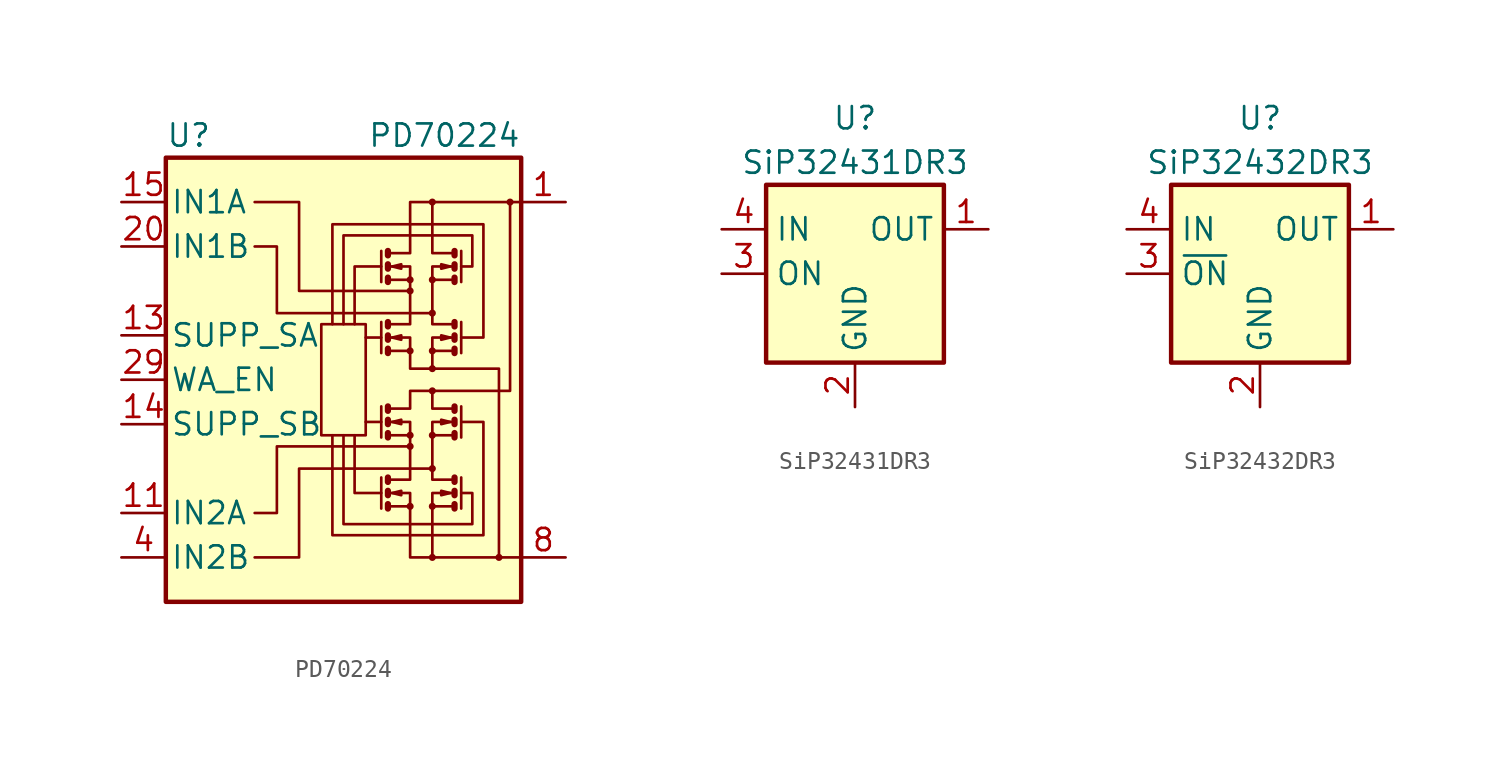
<source format=kicad_sym>
(kicad_symbol_lib
  (version 20201005)
  (generator kicad_symbol_editor)
  (symbol "PD70224"
    (pin_names
      (offset 0.254))
    (property "Reference" "U"
      (at -10.16 13.97 0)
      (effects (font (size 1.27 1.27)) (justify left)))
    (property "Value" "PD70224"
      (at 10.16 13.97 0)
      (effects (font (size 1.27 1.27)) (justify right)))
    (symbol "PD70224_0_1"
      (circle (center 3.81 -7.239) (radius 0.127) (stroke (width 0)) (fill (type none)))
      (circle (center 3.81 -3.81) (radius 0.127) (stroke (width 0)) (fill (type none)))
      (circle (center 3.81 -3.175) (radius 0.127) (stroke (width 0)) (fill (type none)))
      (circle (center 3.81 1.651) (radius 0.127) (stroke (width 0)) (fill (type none)))
      (circle (center 3.81 5.08) (radius 0.127) (stroke (width 0)) (fill (type none)))
      (circle (center 3.81 5.715) (radius 0.127) (stroke (width 0)) (fill (type none)))
      (circle (center 5.08 -10.16) (radius 0.127) (stroke (width 0)) (fill (type none)))
      (circle (center 5.08 -7.239) (radius 0.127) (stroke (width 0)) (fill (type none)))
      (circle (center 5.08 -5.08) (radius 0.127) (stroke (width 0)) (fill (type none)))
      (circle (center 5.08 -3.175) (radius 0.127) (stroke (width 0)) (fill (type none)))
      (circle (center 5.08 -0.635) (radius 0.127) (stroke (width 0)) (fill (type none)))
      (circle (center 5.08 0.635) (radius 0.127) (stroke (width 0)) (fill (type none)))
      (circle (center 5.08 1.651) (radius 0.127) (stroke (width 0)) (fill (type none)))
      (circle (center 5.08 3.81) (radius 0.127) (stroke (width 0)) (fill (type none)))
      (circle (center 5.08 5.715) (radius 0.127) (stroke (width 0)) (fill (type none)))
      (circle (center 5.08 10.16) (radius 0.127) (stroke (width 0)) (fill (type none)))
      (circle (center 8.89 -10.16) (radius 0.127) (stroke (width 0)) (fill (type none)))
      (circle (center 9.525 10.16) (radius 0.127) (stroke (width 0)) (fill (type none)))
      (rectangle (start -1.27 3.175) (end 1.27 -3.175) (stroke (width 0)) (fill (type none)))
      (rectangle (start -10.16 12.7) (end 10.16 -12.7) (stroke (width 0.254)) (fill (type background)))
      (polyline (pts (xy 2.159 -5.588) (xy 2.159 -7.366)) (stroke (width 0)) (fill (type none)))
      (polyline (pts (xy 2.159 -2.413) (xy 1.27 -2.413)) (stroke (width 0)) (fill (type none)))
      (polyline (pts (xy 2.159 -1.524) (xy 2.159 -3.302)) (stroke (width 0)) (fill (type none)))
      (polyline (pts (xy 2.159 2.413) (xy 1.27 2.413)) (stroke (width 0)) (fill (type none)))
      (polyline (pts (xy 2.159 3.302) (xy 2.159 1.524)) (stroke (width 0)) (fill (type none)))
      (polyline (pts (xy 2.159 7.366) (xy 2.159 5.588)) (stroke (width 0)) (fill (type none)))
      (polyline (pts (xy 2.54 -7.239) (xy 3.81 -7.239)) (stroke (width 0)) (fill (type none)))
      (polyline (pts (xy 2.54 -3.175) (xy 3.81 -3.175)) (stroke (width 0)) (fill (type none)))
      (polyline (pts (xy 2.54 1.651) (xy 3.81 1.651)) (stroke (width 0)) (fill (type none)))
      (polyline (pts (xy 2.54 5.715) (xy 3.81 5.715)) (stroke (width 0)) (fill (type none)))
      (polyline (pts (xy 6.35 -7.239) (xy 5.08 -7.239)) (stroke (width 0)) (fill (type none)))
      (polyline (pts (xy 6.35 -3.175) (xy 5.08 -3.175)) (stroke (width 0)) (fill (type none)))
      (polyline (pts (xy 6.35 1.651) (xy 5.08 1.651)) (stroke (width 0)) (fill (type none)))
      (polyline (pts (xy 6.35 5.715) (xy 5.08 5.715)) (stroke (width 0)) (fill (type none)))
      (polyline (pts (xy 6.731 -5.588) (xy 6.731 -7.366)) (stroke (width 0)) (fill (type none)))
      (polyline (pts (xy 6.731 -1.524) (xy 6.731 -3.302)) (stroke (width 0)) (fill (type none)))
      (polyline (pts (xy 6.731 3.302) (xy 6.731 1.524)) (stroke (width 0)) (fill (type none)))
      (polyline (pts (xy 6.731 7.366) (xy 6.731 5.588)) (stroke (width 0)) (fill (type none)))
      (polyline (pts (xy 2.159 -6.477) (xy 0.635 -6.477) (xy 0.635 -3.175)) (stroke (width 0)) (fill (type none)))
      (polyline (pts (xy 2.159 6.477) (xy 0.635 6.477) (xy 0.635 3.175)) (stroke (width 0)) (fill (type none)))
      (polyline (pts (xy 2.54 -7.112) (xy 2.54 -7.366) (xy 2.54 -7.366)) (stroke (width 0.356)) (fill (type none)))
      (polyline (pts (xy 2.54 -6.35) (xy 2.54 -6.604) (xy 2.54 -6.604)) (stroke (width 0.356)) (fill (type none)))
      (polyline (pts (xy 2.54 -3.048) (xy 2.54 -3.302) (xy 2.54 -3.302)) (stroke (width 0.356)) (fill (type none)))
      (polyline (pts (xy 2.54 -2.286) (xy 2.54 -2.54) (xy 2.54 -2.54)) (stroke (width 0.356)) (fill (type none)))
      (polyline (pts (xy 2.54 -1.524) (xy 2.54 -1.778) (xy 2.54 -1.778)) (stroke (width 0.356)) (fill (type none)))
      (polyline (pts (xy 2.54 1.778) (xy 2.54 1.524) (xy 2.54 1.524)) (stroke (width 0.356)) (fill (type none)))
      (polyline (pts (xy 2.54 2.54) (xy 2.54 2.286) (xy 2.54 2.286)) (stroke (width 0.356)) (fill (type none)))
      (polyline (pts (xy 2.54 5.842) (xy 2.54 5.588) (xy 2.54 5.588)) (stroke (width 0.356)) (fill (type none)))
      (polyline (pts (xy 2.54 6.604) (xy 2.54 6.35) (xy 2.54 6.35)) (stroke (width 0.356)) (fill (type none)))
      (polyline (pts (xy 2.54 7.366) (xy 2.54 7.112) (xy 2.54 7.112)) (stroke (width 0.356)) (fill (type none)))
      (polyline (pts (xy 5.08 -10.16) (xy 5.08 -6.477) (xy 6.35 -6.477)) (stroke (width 0)) (fill (type none)))
      (polyline (pts (xy 6.35 -7.112) (xy 6.35 -7.366) (xy 6.35 -7.366)) (stroke (width 0.356)) (fill (type none)))
      (polyline (pts (xy 6.35 -6.35) (xy 6.35 -6.604) (xy 6.35 -6.604)) (stroke (width 0.356)) (fill (type none)))
      (polyline (pts (xy 6.35 -3.048) (xy 6.35 -3.302) (xy 6.35 -3.302)) (stroke (width 0.356)) (fill (type none)))
      (polyline (pts (xy 6.35 -2.286) (xy 6.35 -2.54) (xy 6.35 -2.54)) (stroke (width 0.356)) (fill (type none)))
      (polyline (pts (xy 6.35 -1.651) (xy 5.08 -1.651) (xy 5.08 -0.635)) (stroke (width 0)) (fill (type none)))
      (polyline (pts (xy 6.35 -1.524) (xy 6.35 -1.778) (xy 6.35 -1.778)) (stroke (width 0.356)) (fill (type none)))
      (polyline (pts (xy 6.35 1.778) (xy 6.35 1.524) (xy 6.35 1.524)) (stroke (width 0.356)) (fill (type none)))
      (polyline (pts (xy 6.35 2.413) (xy 5.08 2.413) (xy 5.08 0.635)) (stroke (width 0)) (fill (type none)))
      (polyline (pts (xy 6.35 2.54) (xy 6.35 2.286) (xy 6.35 2.286)) (stroke (width 0.356)) (fill (type none)))
      (polyline (pts (xy 6.35 5.842) (xy 6.35 5.588) (xy 6.35 5.588)) (stroke (width 0.356)) (fill (type none)))
      (polyline (pts (xy 6.35 6.604) (xy 6.35 6.35) (xy 6.35 6.35)) (stroke (width 0.356)) (fill (type none)))
      (polyline (pts (xy 6.35 7.239) (xy 5.08 7.239) (xy 5.08 10.16)) (stroke (width 0)) (fill (type none)))
      (polyline (pts (xy 6.35 7.366) (xy 6.35 7.112) (xy 6.35 7.112)) (stroke (width 0.356)) (fill (type none)))
      (polyline (pts (xy -5.08 -10.16) (xy -2.54 -10.16) (xy -2.54 -5.08) (xy 5.08 -5.08)) (stroke (width 0)) (fill (type none)))
      (polyline (pts (xy 2.54 -6.477) (xy 3.81 -6.477) (xy 3.81 -10.16) (xy 10.16 -10.16)) (stroke (width 0)) (fill (type none)))
      (polyline (pts (xy 2.54 -2.413) (xy 3.81 -2.413) (xy 3.81 -5.715) (xy 2.54 -5.715)) (stroke (width 0)) (fill (type none)))
      (polyline (pts (xy 2.54 6.477) (xy 3.81 6.477) (xy 3.81 3.175) (xy 2.54 3.175)) (stroke (width 0)) (fill (type none)))
      (polyline (pts (xy 2.54 7.239) (xy 3.81 7.239) (xy 3.81 10.16) (xy 10.16 10.16)) (stroke (width 0)) (fill (type none)))
      (polyline (pts (xy 2.794 -6.477) (xy 3.302 -6.35) (xy 3.302 -6.604) (xy 2.794 -6.477)) (stroke (width 0)) (fill (type none)))
      (polyline (pts (xy 2.794 -2.413) (xy 3.302 -2.286) (xy 3.302 -2.54) (xy 2.794 -2.413)) (stroke (width 0)) (fill (type none)))
      (polyline (pts (xy 2.794 2.413) (xy 3.302 2.54) (xy 3.302 2.286) (xy 2.794 2.413)) (stroke (width 0)) (fill (type none)))
      (polyline (pts (xy 2.794 6.477) (xy 3.302 6.604) (xy 3.302 6.35) (xy 2.794 6.477)) (stroke (width 0)) (fill (type none)))
      (polyline (pts (xy 3.81 -3.81) (xy -3.81 -3.81) (xy -3.81 -7.62) (xy -5.08 -7.62)) (stroke (width 0)) (fill (type none)))
      (polyline (pts (xy 3.81 5.08) (xy -2.54 5.08) (xy -2.54 10.16) (xy -5.08 10.16)) (stroke (width 0)) (fill (type none)))
      (polyline (pts (xy 5.08 3.81) (xy -3.81 3.81) (xy -3.81 7.62) (xy -5.08 7.62)) (stroke (width 0)) (fill (type none)))
      (polyline (pts (xy 6.096 -6.477) (xy 5.588 -6.35) (xy 5.588 -6.604) (xy 6.096 -6.477)) (stroke (width 0)) (fill (type none)))
      (polyline (pts (xy 6.096 -2.413) (xy 5.588 -2.286) (xy 5.588 -2.54) (xy 6.096 -2.413)) (stroke (width 0)) (fill (type none)))
      (polyline (pts (xy 6.096 2.413) (xy 5.588 2.54) (xy 5.588 2.286) (xy 6.096 2.413)) (stroke (width 0)) (fill (type none)))
      (polyline (pts (xy 6.096 6.477) (xy 5.588 6.604) (xy 5.588 6.35) (xy 6.096 6.477)) (stroke (width 0)) (fill (type none)))
      (polyline (pts (xy 6.35 -2.413) (xy 5.08 -2.413) (xy 5.08 -5.715) (xy 6.35 -5.715)) (stroke (width 0)) (fill (type none)))
      (polyline (pts (xy 6.35 6.477) (xy 5.08 6.477) (xy 5.08 3.175) (xy 6.35 3.175)) (stroke (width 0)) (fill (type none)))
      (polyline (pts (xy -0.635 3.175) (xy -0.635 8.89) (xy 8.001 8.89) (xy 8.001 2.413) (xy 6.731 2.413)) (stroke (width 0)) (fill (type none)))
      (polyline (pts (xy 0 -3.175) (xy 0 -8.255) (xy 7.366 -8.255) (xy 7.366 -6.477) (xy 6.731 -6.477)) (stroke (width 0)) (fill (type none)))
      (polyline (pts (xy 2.54 -1.651) (xy 3.81 -1.651) (xy 3.81 -0.635) (xy 9.525 -0.635) (xy 9.525 10.16)) (stroke (width 0)) (fill (type none)))
      (polyline (pts (xy 2.54 2.413) (xy 3.81 2.413) (xy 3.81 0.635) (xy 8.89 0.635) (xy 8.89 -10.16)) (stroke (width 0)) (fill (type none)))
      (polyline (pts (xy 6.731 -2.413) (xy 8.001 -2.413) (xy 8.001 -8.89) (xy -0.635 -8.89) (xy -0.635 -3.175)) (stroke (width 0)) (fill (type none)))
      (polyline (pts (xy 6.731 6.477) (xy 7.366 6.477) (xy 7.366 8.255) (xy 0 8.255) (xy 0 3.175)) (stroke (width 0)) (fill (type none))))
    (symbol "PD70224_1_1"
      (polyline (pts (xy 2.54 -5.588) (xy 2.54 -5.842)) (stroke (width 0.356)) (fill (type none)))
      (polyline (pts (xy 2.54 3.302) (xy 2.54 3.048)) (stroke (width 0.356)) (fill (type none)))
      (polyline (pts (xy 6.35 -5.588) (xy 6.35 -5.842)) (stroke (width 0.356)) (fill (type none)))
      (polyline (pts (xy 6.35 3.302) (xy 6.35 3.048)) (stroke (width 0.356)) (fill (type none)))
      (pin power_in line (at 12.7 10.16 180) (length 2.54) (name "~" (effects (font (size 1.27 1.27)))) (number "1" (effects (font (size 1.27 1.27)))))
      (pin passive line (at 12.7 -10.16 180) (length 2.54) hide (name "~" (effects (font (size 1.27 1.27)))) (number "10" (effects (font (size 1.27 1.27)))))
      (pin passive line (at -12.7 -7.62 0) (length 2.54) (name "IN2A" (effects (font (size 1.27 1.27)))) (number "11" (effects (font (size 1.27 1.27)))))
      (pin passive line (at -12.7 -7.62 0) (length 2.54) hide (name "IN2A" (effects (font (size 1.27 1.27)))) (number "12" (effects (font (size 1.27 1.27)))))
      (pin input line (at -12.7 2.54 0) (length 2.54) (name "SUPP_SA" (effects (font (size 1.27 1.27)))) (number "13" (effects (font (size 1.27 1.27)))))
      (pin input line (at -12.7 -2.54 0) (length 2.54) (name "SUPP_SB" (effects (font (size 1.27 1.27)))) (number "14" (effects (font (size 1.27 1.27)))))
      (pin passive line (at -12.7 10.16 0) (length 2.54) (name "IN1A" (effects (font (size 1.27 1.27)))) (number "15" (effects (font (size 1.27 1.27)))))
      (pin passive line (at -12.7 10.16 0) (length 2.54) hide (name "IN1A" (effects (font (size 1.27 1.27)))) (number "16" (effects (font (size 1.27 1.27)))))
      (pin passive line (at 12.7 -10.16 180) (length 2.54) hide (name "~" (effects (font (size 1.27 1.27)))) (number "17" (effects (font (size 1.27 1.27)))))
      (pin passive line (at 12.7 -10.16 180) (length 2.54) hide (name "~" (effects (font (size 1.27 1.27)))) (number "18" (effects (font (size 1.27 1.27)))))
      (pin passive line (at 12.7 -10.16 180) (length 2.54) hide (name "~" (effects (font (size 1.27 1.27)))) (number "19" (effects (font (size 1.27 1.27)))))
      (pin passive line (at 12.7 10.16 180) (length 2.54) hide (name "~" (effects (font (size 1.27 1.27)))) (number "2" (effects (font (size 1.27 1.27)))))
      (pin passive line (at -12.7 7.62 0) (length 2.54) (name "IN1B" (effects (font (size 1.27 1.27)))) (number "20" (effects (font (size 1.27 1.27)))))
      (pin passive line (at -12.7 7.62 0) (length 2.54) hide (name "IN1B" (effects (font (size 1.27 1.27)))) (number "21" (effects (font (size 1.27 1.27)))))
      (pin passive line (at -12.7 7.62 0) (length 2.54) hide (name "IN1B" (effects (font (size 1.27 1.27)))) (number "22" (effects (font (size 1.27 1.27)))))
      (pin passive line (at -12.7 7.62 0) (length 2.54) hide (name "IN1B" (effects (font (size 1.27 1.27)))) (number "23" (effects (font (size 1.27 1.27)))))
      (pin passive line (at 12.7 10.16 180) (length 2.54) hide (name "~" (effects (font (size 1.27 1.27)))) (number "24" (effects (font (size 1.27 1.27)))))
      (pin passive line (at 12.7 10.16 180) (length 2.54) hide (name "~" (effects (font (size 1.27 1.27)))) (number "25" (effects (font (size 1.27 1.27)))))
      (pin passive line (at 12.7 10.16 180) (length 2.54) hide (name "~" (effects (font (size 1.27 1.27)))) (number "26" (effects (font (size 1.27 1.27)))))
      (pin passive line (at -12.7 10.16 0) (length 2.54) hide (name "IN1A" (effects (font (size 1.27 1.27)))) (number "27" (effects (font (size 1.27 1.27)))))
      (pin passive line (at -12.7 10.16 0) (length 2.54) hide (name "IN1A" (effects (font (size 1.27 1.27)))) (number "28" (effects (font (size 1.27 1.27)))))
      (pin input line (at -12.7 0 0) (length 2.54) (name "WA_EN" (effects (font (size 1.27 1.27)))) (number "29" (effects (font (size 1.27 1.27)))))
      (pin passive line (at 12.7 10.16 180) (length 2.54) hide (name "~" (effects (font (size 1.27 1.27)))) (number "3" (effects (font (size 1.27 1.27)))))
      (pin no_connect line (at -10.16 5.08 0) (length 2.54) hide (name "NC" (effects (font (size 1.27 1.27)))) (number "30" (effects (font (size 1.27 1.27)))))
      (pin passive line (at -12.7 -7.62 0) (length 2.54) hide (name "IN2A" (effects (font (size 1.27 1.27)))) (number "31" (effects (font (size 1.27 1.27)))))
      (pin passive line (at -12.7 -7.62 0) (length 2.54) hide (name "IN2A" (effects (font (size 1.27 1.27)))) (number "32" (effects (font (size 1.27 1.27)))))
      (pin passive line (at 12.7 10.16 180) (length 2.54) hide (name "~" (effects (font (size 1.27 1.27)))) (number "33" (effects (font (size 1.27 1.27)))))
      (pin passive line (at 12.7 -10.16 180) (length 2.54) hide (name "~" (effects (font (size 1.27 1.27)))) (number "34" (effects (font (size 1.27 1.27)))))
      (pin passive line (at -12.7 -10.16 0) (length 2.54) (name "IN2B" (effects (font (size 1.27 1.27)))) (number "4" (effects (font (size 1.27 1.27)))))
      (pin passive line (at -12.7 -10.16 0) (length 2.54) hide (name "IN2B" (effects (font (size 1.27 1.27)))) (number "5" (effects (font (size 1.27 1.27)))))
      (pin passive line (at -12.7 -10.16 0) (length 2.54) hide (name "IN2B" (effects (font (size 1.27 1.27)))) (number "6" (effects (font (size 1.27 1.27)))))
      (pin passive line (at -12.7 -10.16 0) (length 2.54) hide (name "IN2B" (effects (font (size 1.27 1.27)))) (number "7" (effects (font (size 1.27 1.27)))))
      (pin power_in line (at 12.7 -10.16 180) (length 2.54) (name "~" (effects (font (size 1.27 1.27)))) (number "8" (effects (font (size 1.27 1.27)))))
      (pin passive line (at 12.7 -10.16 180) (length 2.54) hide (name "~" (effects (font (size 1.27 1.27)))) (number "9" (effects (font (size 1.27 1.27)))))))
  (symbol "SiP32431DR3"
    (property "Reference" "U"
      (at 0 8.89 0)
      (effects (font (size 1.27 1.27))))
    (property "Value" "SiP32431DR3"
      (at 0 6.35 0)
      (effects (font (size 1.27 1.27))))
    (symbol "SiP32431DR3_0_1"
      (rectangle (start -5.08 5.08) (end 5.08 -5.08) (stroke (width 0.254)) (fill (type background))))
    (symbol "SiP32431DR3_1_1"
      (pin passive line (at 7.62 2.54 180) (length 2.54) (name "OUT" (effects (font (size 1.27 1.27)))) (number "1" (effects (font (size 1.27 1.27)))))
      (pin power_in line (at 0 -7.62 90) (length 2.54) (name "GND" (effects (font (size 1.27 1.27)))) (number "2" (effects (font (size 1.27 1.27)))))
      (pin input line (at -7.62 0 0) (length 2.54) (name "ON" (effects (font (size 1.27 1.27)))) (number "3" (effects (font (size 1.27 1.27)))))
      (pin passive line (at -7.62 2.54 0) (length 2.54) (name "IN" (effects (font (size 1.27 1.27)))) (number "4" (effects (font (size 1.27 1.27)))))
      (pin passive line (at 0 -7.62 90) (length 2.54) hide (name "GND" (effects (font (size 1.27 1.27)))) (number "5" (effects (font (size 1.27 1.27)))))
      (pin no_connect line (at 5.08 0 180) (length 2.54) hide (name "NC" (effects (font (size 1.27 1.27)))) (number "6" (effects (font (size 1.27 1.27)))))))
  (symbol "SiP32432DR3"
    (property "Reference" "U"
      (at 0 8.89 0)
      (effects (font (size 1.27 1.27))))
    (property "Value" "SiP32432DR3"
      (at 0 6.35 0)
      (effects (font (size 1.27 1.27))))
    (symbol "SiP32432DR3_0_1"
      (rectangle (start -5.08 5.08) (end 5.08 -5.08) (stroke (width 0.254)) (fill (type background))))
    (symbol "SiP32432DR3_1_1"
      (pin passive line (at 7.62 2.54 180) (length 2.54) (name "OUT" (effects (font (size 1.27 1.27)))) (number "1" (effects (font (size 1.27 1.27)))))
      (pin power_in line (at 0 -7.62 90) (length 2.54) (name "GND" (effects (font (size 1.27 1.27)))) (number "2" (effects (font (size 1.27 1.27)))))
      (pin input line (at -7.62 0 0) (length 2.54) (name "~ON" (effects (font (size 1.27 1.27)))) (number "3" (effects (font (size 1.27 1.27)))))
      (pin passive line (at -7.62 2.54 0) (length 2.54) (name "IN" (effects (font (size 1.27 1.27)))) (number "4" (effects (font (size 1.27 1.27)))))
      (pin passive line (at 0 -7.62 90) (length 2.54) hide (name "GND" (effects (font (size 1.27 1.27)))) (number "5" (effects (font (size 1.27 1.27)))))
      (pin no_connect line (at 5.08 0 180) (length 2.54) hide (name "NC" (effects (font (size 1.27 1.27)))) (number "6" (effects (font (size 1.27 1.27))))))))
</source>
